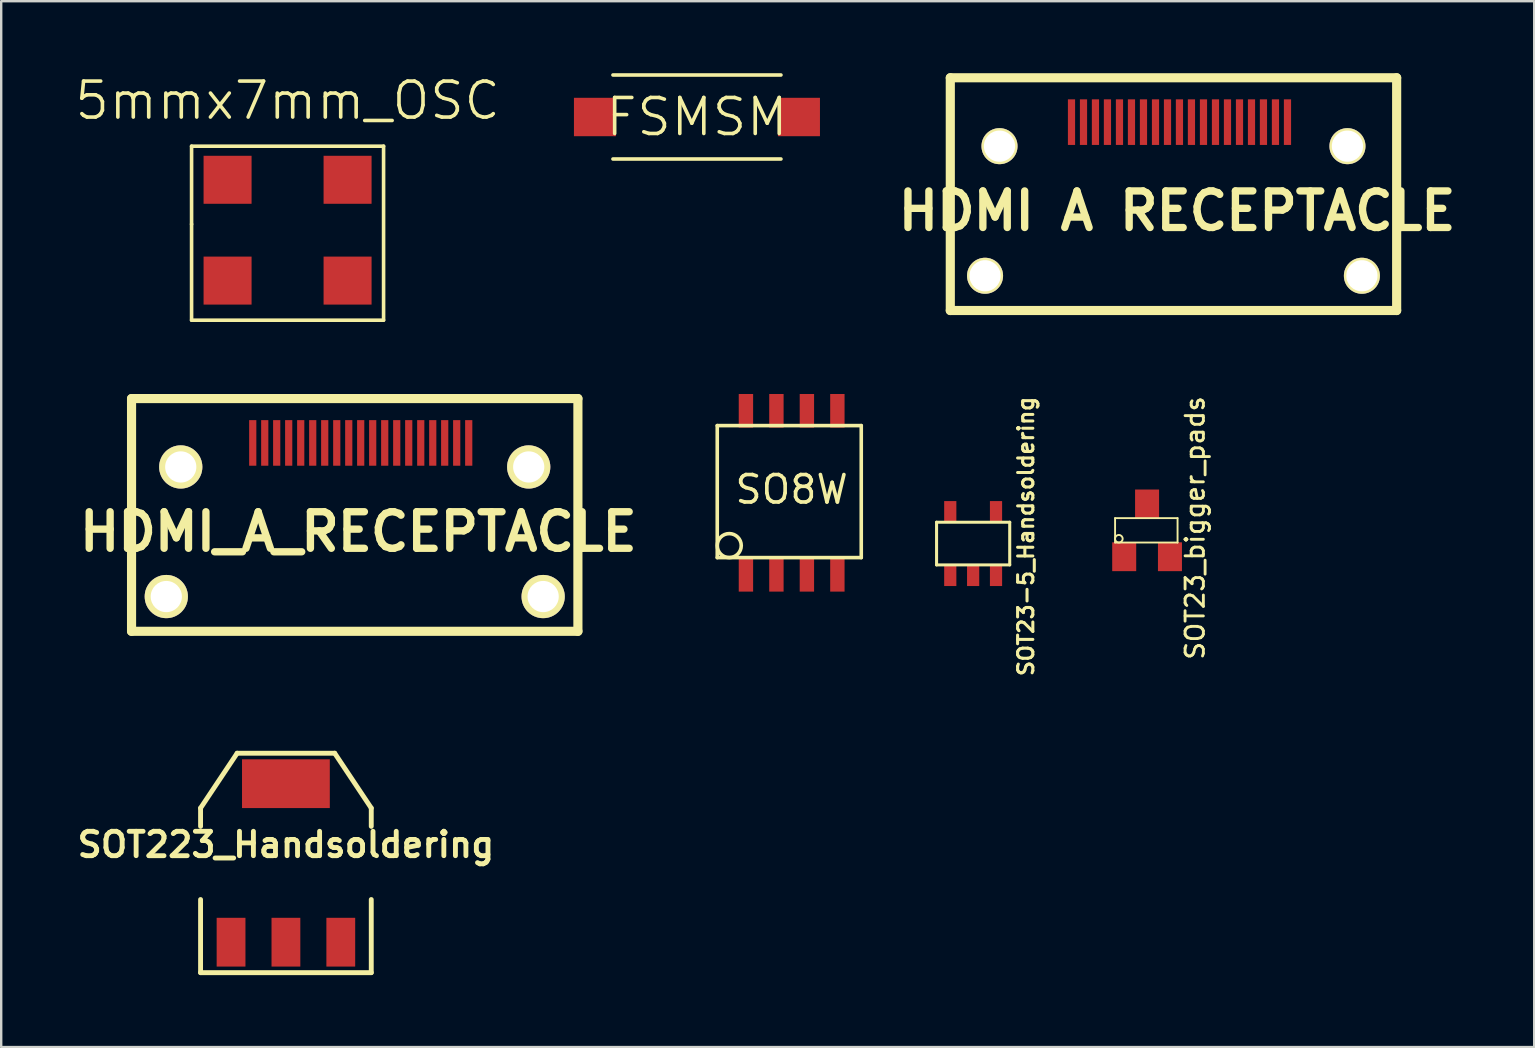
<source format=kicad_pcb>
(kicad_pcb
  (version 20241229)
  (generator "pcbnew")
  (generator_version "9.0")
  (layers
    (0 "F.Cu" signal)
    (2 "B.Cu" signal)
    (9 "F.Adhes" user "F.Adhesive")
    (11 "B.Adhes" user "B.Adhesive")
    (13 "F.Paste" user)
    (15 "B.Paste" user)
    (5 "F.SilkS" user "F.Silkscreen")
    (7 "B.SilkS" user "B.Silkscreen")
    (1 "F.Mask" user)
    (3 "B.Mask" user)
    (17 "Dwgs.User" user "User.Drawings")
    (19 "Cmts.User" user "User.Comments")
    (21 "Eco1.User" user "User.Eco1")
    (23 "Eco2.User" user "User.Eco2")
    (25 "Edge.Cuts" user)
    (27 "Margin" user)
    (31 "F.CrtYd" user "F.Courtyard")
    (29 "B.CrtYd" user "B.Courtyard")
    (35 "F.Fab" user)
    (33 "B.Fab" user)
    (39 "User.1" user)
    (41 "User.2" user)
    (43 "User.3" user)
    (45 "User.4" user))
  (footprint "HDMI A RECEPTACLE"
    (layer "F.Cu")
    (at 45.844 3.289)
    (property "Reference" "HDMI A RECEPTACLE" (at 0.15 2.451 0) (layer "F.SilkS") (effects (font (size 1.524 1.524) (thickness 0.305))))
    (attr through_hole)
    (fp_line (start -9.299 -3.099) (end -9.299 6.599) (stroke (width 0.381) (type solid)) (layer "F.SilkS"))
    (fp_line (start -9.299 6.599) (end 9.299 6.599) (stroke (width 0.381) (type solid)) (layer "F.SilkS"))
    (fp_line (start 9.299 -3.099) (end -9.299 -3.099) (stroke (width 0.381) (type solid)) (layer "F.SilkS"))
    (fp_line (start 9.299 6.599) (end 9.299 -3.099) (stroke (width 0.381) (type solid)) (layer "F.SilkS"))
    (pad "" np_thru_hole circle (at -7.851 5.151) (size 1.501 1.501) (drill 1.3) (layers "*.Cu" "*.Mask" "F.SilkS"))
    (pad "" np_thru_hole circle (at -7.249 -0.249) (size 1.501 1.501) (drill 1.3) (layers "*.Cu" "*.Mask" "F.SilkS"))
    (pad "" np_thru_hole circle (at 7.249 -0.249) (size 1.501 1.501) (drill 1.3) (layers "*.Cu" "*.Mask" "F.SilkS"))
    (pad "" np_thru_hole circle (at 7.851 5.151) (size 1.501 1.501) (drill 1.3) (layers "*.Cu" "*.Mask" "F.SilkS"))
    (pad "1" smd rect (at 4.75 -1.25) (size 0.3 1.9) (layers "F.Cu" "F.Mask" "F.Paste"))
    (pad "2" smd rect (at 4.249 -1.25) (size 0.3 1.9) (layers "F.Cu" "F.Mask" "F.Paste"))
    (pad "3" smd rect (at 3.749 -1.25) (size 0.3 1.9) (layers "F.Cu" "F.Mask" "F.Paste"))
    (pad "4" smd rect (at 3.251 -1.25) (size 0.3 1.9) (layers "F.Cu" "F.Mask" "F.Paste"))
    (pad "5" smd rect (at 2.751 -1.25) (size 0.3 1.9) (layers "F.Cu" "F.Mask" "F.Paste"))
    (pad "6" smd rect (at 2.25 -1.25) (size 0.3 1.9) (layers "F.Cu" "F.Mask" "F.Paste"))
    (pad "7" smd rect (at 1.75 -1.25) (size 0.3 1.9) (layers "F.Cu" "F.Mask" "F.Paste"))
    (pad "8" smd rect (at 1.25 -1.25) (size 0.3 1.9) (layers "F.Cu" "F.Mask" "F.Paste"))
    (pad "9" smd rect (at 0.749 -1.25) (size 0.3 1.9) (layers "F.Cu" "F.Mask" "F.Paste"))
    (pad "10" smd rect (at 0.249 -1.25) (size 0.3 1.9) (layers "F.Cu" "F.Mask" "F.Paste"))
    (pad "11" smd rect (at -0.249 -1.25) (size 0.3 1.9) (layers "F.Cu" "F.Mask" "F.Paste"))
    (pad "12" smd rect (at -0.749 -1.25) (size 0.3 1.9) (layers "F.Cu" "F.Mask" "F.Paste"))
    (pad "13" smd rect (at -1.25 -1.25) (size 0.3 1.9) (layers "F.Cu" "F.Mask" "F.Paste"))
    (pad "14" smd rect (at -1.75 -1.25) (size 0.3 1.9) (layers "F.Cu" "F.Mask" "F.Paste"))
    (pad "15" smd rect (at -2.25 -1.25) (size 0.3 1.9) (layers "F.Cu" "F.Mask" "F.Paste"))
    (pad "16" smd rect (at -2.751 -1.25) (size 0.3 1.9) (layers "F.Cu" "F.Mask" "F.Paste"))
    (pad "17" smd rect (at -3.251 -1.25) (size 0.3 1.9) (layers "F.Cu" "F.Mask" "F.Paste"))
    (pad "18" smd rect (at -3.749 -1.25) (size 0.3 1.9) (layers "F.Cu" "F.Mask" "F.Paste"))
    (pad "19" smd rect (at -4.249 -1.25) (size 0.3 1.9) (layers "F.Cu" "F.Mask" "F.Paste")))
  (footprint "SOT223_Handsoldering"
    (layer "F.Cu")
    (at 8.863 32.905)
    (property "Reference" "SOT223_Handsoldering" (at 0 -0.762 0) (layer "F.SilkS") (effects (font (size 1.016 1.016) (thickness 0.203))))
    (attr smd)
    (fp_line (start -3.556 -2.286) (end -2.032 -4.572) (stroke (width 0.203) (type solid)) (layer "F.SilkS"))
    (fp_line (start -3.556 -1.524) (end -3.556 -2.286) (stroke (width 0.203) (type solid)) (layer "F.SilkS"))
    (fp_line (start -3.556 1.524) (end -3.556 4.572) (stroke (width 0.203) (type solid)) (layer "F.SilkS"))
    (fp_line (start -3.556 4.572) (end 3.556 4.572) (stroke (width 0.203) (type solid)) (layer "F.SilkS"))
    (fp_line (start -2.032 -4.572) (end 2.032 -4.572) (stroke (width 0.203) (type solid)) (layer "F.SilkS"))
    (fp_line (start 2.032 -4.572) (end 3.556 -2.286) (stroke (width 0.203) (type solid)) (layer "F.SilkS"))
    (fp_line (start 3.556 -2.286) (end 3.556 -1.524) (stroke (width 0.203) (type solid)) (layer "F.SilkS"))
    (fp_line (start 3.556 4.572) (end 3.556 1.524) (stroke (width 0.203) (type solid)) (layer "F.SilkS"))
    (pad "1" smd rect (at -2.286 3.302) (size 1.2 2.032) (layers "F.Cu" "F.Mask" "F.Paste"))
    (pad "2" smd rect (at 0 -3.302) (size 3.658 2.032) (layers "F.Cu" "F.Mask" "F.Paste"))
    (pad "2" smd rect (at 0 3.302) (size 1.2 2.032) (layers "F.Cu" "F.Mask" "F.Paste"))
    (pad "3" smd rect (at 2.286 3.302) (size 1.2 2.032) (layers "F.Cu" "F.Mask" "F.Paste")))
  (footprint "5mmx7mm_OSC"
    (layer "F.Cu")
    (at 8.932 6.541)
    (property "Reference" "5mmx7mm_OSC" (at 0 -5.4 0) (layer "F.SilkS") (effects (font (size 1.5 1.5) (thickness 0.15))))
    (attr through_hole)
    (fp_line (start -4 -3.5) (end 4 -3.5) (stroke (width 0.15) (type solid)) (layer "F.SilkS"))
    (fp_line (start -4 -0.25) (end -4 -3.5) (stroke (width 0.15) (type solid)) (layer "F.SilkS"))
    (fp_line (start -4 3.75) (end -4 -0.25) (stroke (width 0.15) (type solid)) (layer "F.SilkS"))
    (fp_line (start 4 -3.5) (end 4 3.75) (stroke (width 0.15) (type solid)) (layer "F.SilkS"))
    (fp_line (start 4 3.75) (end -4 3.75) (stroke (width 0.15) (type solid)) (layer "F.SilkS"))
    (pad "1" smd rect (at -2.5 2.1) (size 2 2) (layers "F.Cu" "F.Mask" "F.Paste"))
    (pad "2" smd rect (at 2.5 2.1) (size 2 2) (layers "F.Cu" "F.Mask" "F.Paste"))
    (pad "3" smd rect (at 2.5 -2.1) (size 2 2) (layers "F.Cu" "F.Mask" "F.Paste"))
    (pad "4" smd rect (at -2.5 -2.1) (size 2 2) (layers "F.Cu" "F.Mask" "F.Paste")))
  (footprint "SOT23-5_Handsoldering"
    (layer "F.Cu")
    (at 37.497 19.598)
    (property "Reference" "SOT23-5_Handsoldering" (at 2.2 -0.3 90) (layer "F.SilkS") (effects (font (size 0.635 0.635) (thickness 0.127))))
    (attr smd)
    (fp_line (start -1.524 -0.889) (end 1.524 -0.889) (stroke (width 0.127) (type solid)) (layer "F.SilkS"))
    (fp_line (start -1.524 0.889) (end -1.524 -0.889) (stroke (width 0.127) (type solid)) (layer "F.SilkS"))
    (fp_line (start 1.524 -0.889) (end 1.524 0.889) (stroke (width 0.127) (type solid)) (layer "F.SilkS"))
    (fp_line (start 1.524 0.889) (end -1.524 0.889) (stroke (width 0.127) (type solid)) (layer "F.SilkS"))
    (pad "1" smd rect (at -0.953 1.27) (size 0.508 0.9) (drill (offset 0 0.05)) (layers "F.Cu" "F.Mask" "F.Paste"))
    (pad "2" smd rect (at 0 1.27) (size 0.508 0.9) (drill (offset 0 0.05)) (layers "F.Cu" "F.Mask" "F.Paste"))
    (pad "3" smd rect (at 0.953 1.27) (size 0.508 0.9) (drill (offset 0 0.05)) (layers "F.Cu" "F.Mask" "F.Paste"))
    (pad "4" smd rect (at 0.953 -1.27) (size 0.508 0.9) (drill (offset 0 -0.05)) (layers "F.Cu" "F.Mask" "F.Paste"))
    (pad "5" smd rect (at -0.953 -1.27) (size 0.508 0.9) (drill (offset 0 -0.05)) (layers "F.Cu" "F.Mask" "F.Paste")))
  (footprint "SOT23_bigger_pads"
    (layer "F.Cu")
    (at 44.744 19.047)
    (property "Reference" "SOT23_bigger_pads" (at 1.999 -0.099 90) (layer "F.SilkS") (effects (font (size 0.762 0.762) (thickness 0.119))))
    (attr through_hole)
    (fp_line (start -1.333 -0.508) (end -1.333 0.508) (stroke (width 0.079) (type solid)) (layer "F.SilkS"))
    (fp_line (start -1.333 -0.508) (end 1.27 -0.508) (stroke (width 0.079) (type solid)) (layer "F.SilkS"))
    (fp_line (start 1.27 -0.508) (end 1.27 0.508) (stroke (width 0.079) (type solid)) (layer "F.SilkS"))
    (fp_line (start 1.27 0.508) (end -1.333 0.508) (stroke (width 0.079) (type solid)) (layer "F.SilkS"))
    (fp_circle (center -1.176 0.351) (end -1.3 0.45) (stroke (width 0.079) (type solid)) (fill no) (layer "F.SilkS"))
    (pad "D" smd rect (at 0 -1.1) (size 1 1.201) (layers "F.Cu" "F.Mask" "F.Paste"))
    (pad "G" smd rect (at -0.953 1.1) (size 1 1.201) (layers "F.Cu" "F.Mask" "F.Paste"))
    (pad "S" smd rect (at 0.953 1.1) (size 1 1.201) (layers "F.Cu" "F.Mask" "F.Paste")))
  (footprint "FSMSM"
    (layer "F.Cu")
    (at 25.989 1.825)
    (property "Reference" "FSMSM" (at 0 0 0) (layer "F.SilkS") (effects (font (size 1.5 1.5) (thickness 0.15))))
    (attr through_hole)
    (fp_line (start -3.5 -1.75) (end 3.5 -1.75) (stroke (width 0.15) (type solid)) (layer "F.SilkS"))
    (fp_line (start 3.5 1.75) (end -3.5 1.75) (stroke (width 0.15) (type solid)) (layer "F.SilkS"))
    (pad "1" smd rect (at -4.25 0) (size 1.75 1.6) (layers "F.Cu" "F.Mask" "F.Paste"))
    (pad "2" smd rect (at 4.25 0) (size 1.75 1.6) (layers "F.Cu" "F.Mask" "F.Paste")))
  (footprint "HDMI_A_RECEPTACLE"
    (layer "F.Cu")
    (at 11.73 16.655)
    (property "Reference" "HDMI_A_RECEPTACLE" (at 0.15 2.451 0) (layer "F.SilkS") (effects (font (size 1.524 1.524) (thickness 0.305))))
    (attr through_hole)
    (fp_line (start -9.299 -3.099) (end -9.299 6.599) (stroke (width 0.381) (type solid)) (layer "F.SilkS"))
    (fp_line (start -9.299 6.599) (end 9.299 6.599) (stroke (width 0.381) (type solid)) (layer "F.SilkS"))
    (fp_line (start 9.299 -3.099) (end -9.299 -3.099) (stroke (width 0.381) (type solid)) (layer "F.SilkS"))
    (fp_line (start 9.299 6.599) (end 9.299 -3.099) (stroke (width 0.381) (type solid)) (layer "F.SilkS"))
    (pad "1" smd rect (at 4.75 -1.25) (size 0.3 1.9) (layers "F.Cu" "F.Mask" "F.Paste"))
    (pad "2" smd rect (at 4.249 -1.25) (size 0.3 1.9) (layers "F.Cu" "F.Mask" "F.Paste"))
    (pad "3" smd rect (at 3.749 -1.25) (size 0.3 1.9) (layers "F.Cu" "F.Mask" "F.Paste"))
    (pad "4" smd rect (at 3.251 -1.25) (size 0.3 1.9) (layers "F.Cu" "F.Mask" "F.Paste"))
    (pad "5" smd rect (at 2.751 -1.25) (size 0.3 1.9) (layers "F.Cu" "F.Mask" "F.Paste"))
    (pad "6" smd rect (at 2.25 -1.25) (size 0.3 1.9) (layers "F.Cu" "F.Mask" "F.Paste"))
    (pad "7" smd rect (at 1.75 -1.25) (size 0.3 1.9) (layers "F.Cu" "F.Mask" "F.Paste"))
    (pad "8" smd rect (at 1.25 -1.25) (size 0.3 1.9) (layers "F.Cu" "F.Mask" "F.Paste"))
    (pad "9" smd rect (at 0.749 -1.25) (size 0.3 1.9) (layers "F.Cu" "F.Mask" "F.Paste"))
    (pad "10" smd rect (at 0.249 -1.25) (size 0.3 1.9) (layers "F.Cu" "F.Mask" "F.Paste"))
    (pad "11" smd rect (at -0.249 -1.25) (size 0.3 1.9) (layers "F.Cu" "F.Mask" "F.Paste"))
    (pad "12" smd rect (at -0.749 -1.25) (size 0.3 1.9) (layers "F.Cu" "F.Mask" "F.Paste"))
    (pad "13" smd rect (at -1.25 -1.25) (size 0.3 1.9) (layers "F.Cu" "F.Mask" "F.Paste"))
    (pad "14" smd rect (at -1.75 -1.25) (size 0.3 1.9) (layers "F.Cu" "F.Mask" "F.Paste"))
    (pad "15" smd rect (at -2.25 -1.25) (size 0.3 1.9) (layers "F.Cu" "F.Mask" "F.Paste"))
    (pad "16" smd rect (at -2.751 -1.25) (size 0.3 1.9) (layers "F.Cu" "F.Mask" "F.Paste"))
    (pad "17" smd rect (at -3.251 -1.25) (size 0.3 1.9) (layers "F.Cu" "F.Mask" "F.Paste"))
    (pad "18" smd rect (at -3.749 -1.25) (size 0.3 1.9) (layers "F.Cu" "F.Mask" "F.Paste"))
    (pad "19" smd rect (at -4.249 -1.25) (size 0.3 1.9) (layers "F.Cu" "F.Mask" "F.Paste"))
    (pad "S" thru_hole circle (at -7.851 5.151) (size 1.801 1.801) (drill 1.3) (layers "*.Cu" "*.Mask" "F.SilkS"))
    (pad "S" thru_hole circle (at -7.249 -0.249) (size 1.801 1.801) (drill 1.3) (layers "*.Cu" "*.Mask" "F.SilkS"))
    (pad "S" thru_hole circle (at 7.249 -0.249) (size 1.801 1.801) (drill 1.3) (layers "*.Cu" "*.Mask" "F.SilkS"))
    (pad "S" thru_hole circle (at 7.851 5.151) (size 1.801 1.801) (drill 1.3) (layers "*.Cu" "*.Mask" "F.SilkS")))
  (footprint "SO8W"
    (layer "F.Cu")
    (at 29.935 18.233)
    (property "Reference" "SO8W" (at 0 -0.889 0) (layer "F.SilkS") (effects (font (size 1.143 1.143) (thickness 0.152))))
    (attr smd)
    (fp_line (start -3.1 -3.55) (end 2.9 -3.55) (stroke (width 0.15) (type solid)) (layer "F.SilkS"))
    (fp_line (start -3.1 1.95) (end -3.1 -3.55) (stroke (width 0.15) (type solid)) (layer "F.SilkS"))
    (fp_line (start 2.9 -3.55) (end 2.9 1.95) (stroke (width 0.15) (type solid)) (layer "F.SilkS"))
    (fp_line (start 2.9 1.95) (end -3.1 1.95) (stroke (width 0.15) (type solid)) (layer "F.SilkS"))
    (fp_circle (center -2.6 1.45) (end -2.1 1.45) (stroke (width 0.15) (type solid)) (fill no) (layer "F.SilkS"))
    (pad "1" smd rect (at -1.905 2.667) (size 0.599 1.4) (layers "F.Cu" "F.Mask" "F.Paste"))
    (pad "2" smd rect (at -0.635 2.667) (size 0.599 1.4) (layers "F.Cu" "F.Mask" "F.Paste"))
    (pad "3" smd rect (at 0.635 2.667) (size 0.599 1.4) (layers "F.Cu" "F.Mask" "F.Paste"))
    (pad "4" smd rect (at 1.905 2.667) (size 0.599 1.4) (layers "F.Cu" "F.Mask" "F.Paste"))
    (pad "5" smd rect (at 1.905 -4.167) (size 0.599 1.4) (layers "F.Cu" "F.Mask" "F.Paste"))
    (pad "6" smd rect (at 0.635 -4.167) (size 0.599 1.4) (layers "F.Cu" "F.Mask" "F.Paste"))
    (pad "7" smd rect (at -0.635 -4.167) (size 0.599 1.4) (layers "F.Cu" "F.Mask" "F.Paste"))
    (pad "8" smd rect (at -1.905 -4.167) (size 0.599 1.4) (layers "F.Cu" "F.Mask" "F.Paste")))
  (gr_rect
    (start -3 -3)
    (end 60.874 40.578)
    (stroke (width 0.1) (type default))
    (fill no)
    (layer "Edge.Cuts")))
</source>
